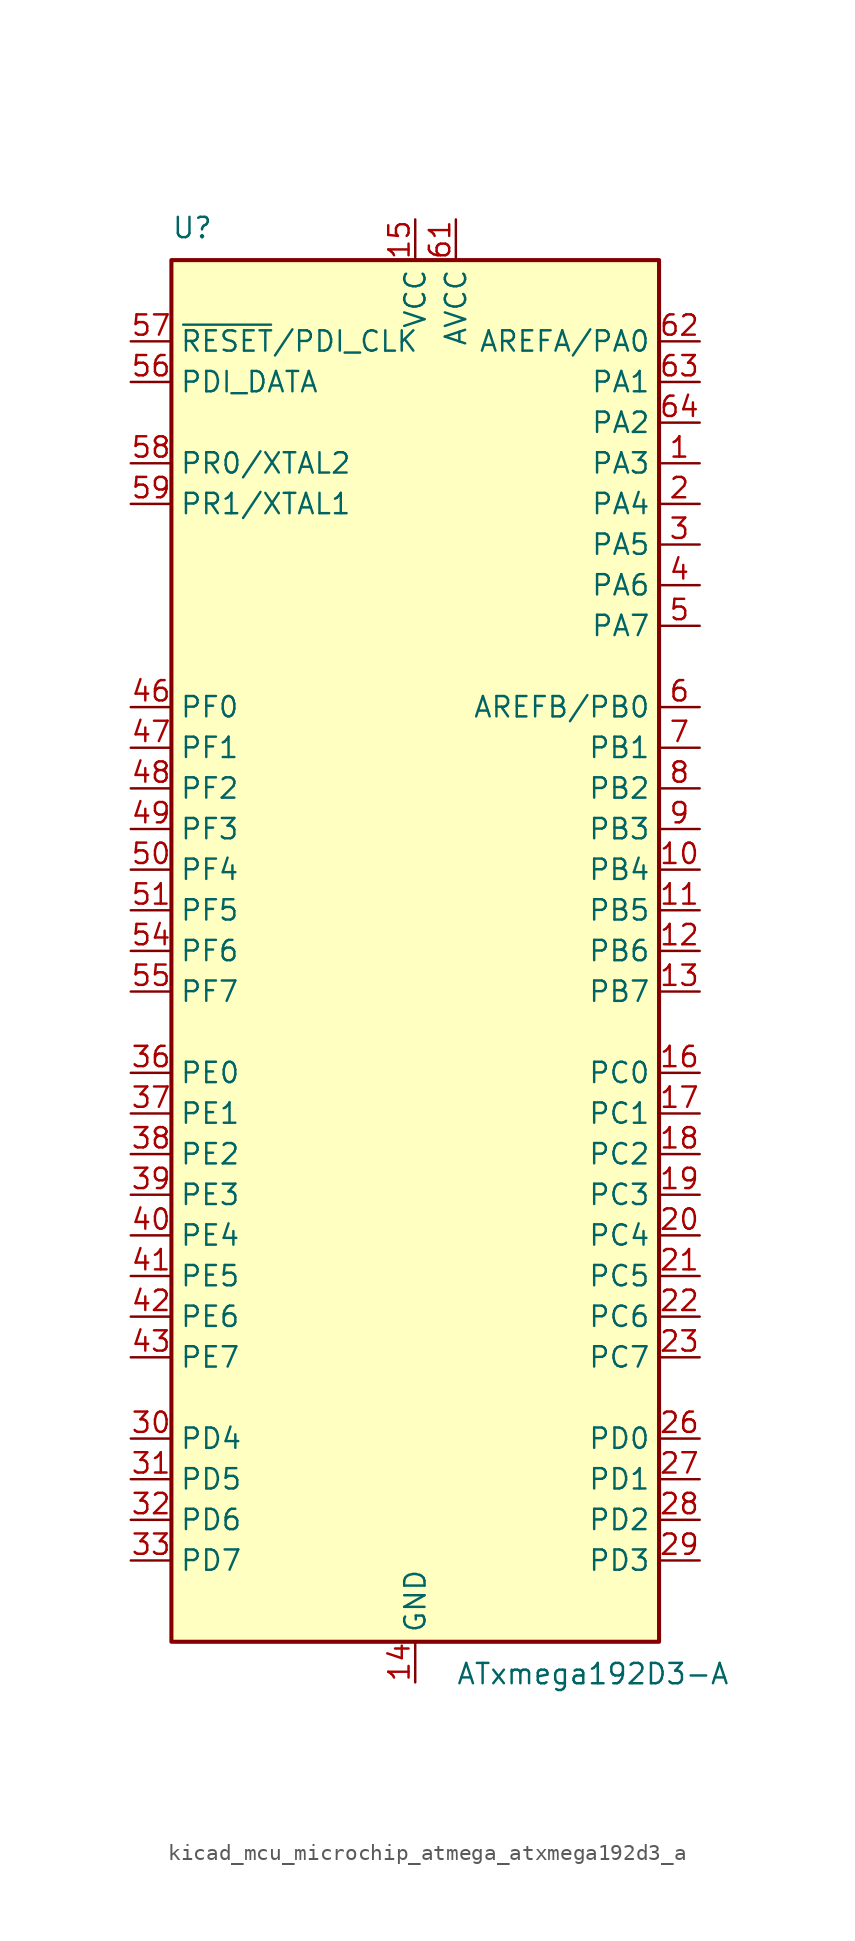
<source format=kicad_sym>
(kicad_symbol_lib
  (version 20220914)
  (generator kicad_symbol_editor)
  (symbol "kicad_mcu_microchip_atmega_atxmega192d3_a"
    (property "Reference" "U"
      (at -15.24 44.45 0)
      (effects (font (size 1.27 1.27)) (justify left bottom)))
    (property "Value" "ATxmega192D3-A"
      (at 2.54 -44.45 0)
      (effects (font (size 1.27 1.27)) (justify left top)))
    (symbol "kicad_mcu_microchip_atmega_atxmega192d3_a_0_1"
      (rectangle (start -15.24 -43.18) (end 15.24 43.18) (stroke (width 0.254) (type default)) (fill (type background))))
    (symbol "kicad_mcu_microchip_atmega_atxmega192d3_a_1_1"
      (pin bidirectional line (at 17.78 30.48 180) (length 2.54) (name "PA3" (effects (font (size 1.27 1.27)))) (number "1" (effects (font (size 1.27 1.27)))))
      (pin bidirectional line (at 17.78 5.08 180) (length 2.54) (name "PB4" (effects (font (size 1.27 1.27)))) (number "10" (effects (font (size 1.27 1.27)))))
      (pin bidirectional line (at 17.78 2.54 180) (length 2.54) (name "PB5" (effects (font (size 1.27 1.27)))) (number "11" (effects (font (size 1.27 1.27)))))
      (pin bidirectional line (at 17.78 0 180) (length 2.54) (name "PB6" (effects (font (size 1.27 1.27)))) (number "12" (effects (font (size 1.27 1.27)))))
      (pin bidirectional line (at 17.78 -2.54 180) (length 2.54) (name "PB7" (effects (font (size 1.27 1.27)))) (number "13" (effects (font (size 1.27 1.27)))))
      (pin power_in line (at 0 -45.72 90) (length 2.54) (name "GND" (effects (font (size 1.27 1.27)))) (number "14" (effects (font (size 1.27 1.27)))))
      (pin power_in line (at 0 45.72 270) (length 2.54) (name "VCC" (effects (font (size 1.27 1.27)))) (number "15" (effects (font (size 1.27 1.27)))))
      (pin bidirectional line (at 17.78 -7.62 180) (length 2.54) (name "PC0" (effects (font (size 1.27 1.27)))) (number "16" (effects (font (size 1.27 1.27)))))
      (pin bidirectional line (at 17.78 -10.16 180) (length 2.54) (name "PC1" (effects (font (size 1.27 1.27)))) (number "17" (effects (font (size 1.27 1.27)))))
      (pin bidirectional line (at 17.78 -12.7 180) (length 2.54) (name "PC2" (effects (font (size 1.27 1.27)))) (number "18" (effects (font (size 1.27 1.27)))))
      (pin bidirectional line (at 17.78 -15.24 180) (length 2.54) (name "PC3" (effects (font (size 1.27 1.27)))) (number "19" (effects (font (size 1.27 1.27)))))
      (pin bidirectional line (at 17.78 27.94 180) (length 2.54) (name "PA4" (effects (font (size 1.27 1.27)))) (number "2" (effects (font (size 1.27 1.27)))))
      (pin bidirectional line (at 17.78 -17.78 180) (length 2.54) (name "PC4" (effects (font (size 1.27 1.27)))) (number "20" (effects (font (size 1.27 1.27)))))
      (pin bidirectional line (at 17.78 -20.32 180) (length 2.54) (name "PC5" (effects (font (size 1.27 1.27)))) (number "21" (effects (font (size 1.27 1.27)))))
      (pin bidirectional line (at 17.78 -22.86 180) (length 2.54) (name "PC6" (effects (font (size 1.27 1.27)))) (number "22" (effects (font (size 1.27 1.27)))))
      (pin bidirectional line (at 17.78 -25.4 180) (length 2.54) (name "PC7" (effects (font (size 1.27 1.27)))) (number "23" (effects (font (size 1.27 1.27)))))
      (pin passive line (at 0 -45.72 90) (length 2.54) hide (name "GND" (effects (font (size 1.27 1.27)))) (number "24" (effects (font (size 1.27 1.27)))))
      (pin passive line (at 0 45.72 270) (length 2.54) hide (name "VCC" (effects (font (size 1.27 1.27)))) (number "25" (effects (font (size 1.27 1.27)))))
      (pin bidirectional line (at 17.78 -30.48 180) (length 2.54) (name "PD0" (effects (font (size 1.27 1.27)))) (number "26" (effects (font (size 1.27 1.27)))))
      (pin bidirectional line (at 17.78 -33.02 180) (length 2.54) (name "PD1" (effects (font (size 1.27 1.27)))) (number "27" (effects (font (size 1.27 1.27)))))
      (pin bidirectional line (at 17.78 -35.56 180) (length 2.54) (name "PD2" (effects (font (size 1.27 1.27)))) (number "28" (effects (font (size 1.27 1.27)))))
      (pin bidirectional line (at 17.78 -38.1 180) (length 2.54) (name "PD3" (effects (font (size 1.27 1.27)))) (number "29" (effects (font (size 1.27 1.27)))))
      (pin bidirectional line (at 17.78 25.4 180) (length 2.54) (name "PA5" (effects (font (size 1.27 1.27)))) (number "3" (effects (font (size 1.27 1.27)))))
      (pin bidirectional line (at -17.78 -30.48 0) (length 2.54) (name "PD4" (effects (font (size 1.27 1.27)))) (number "30" (effects (font (size 1.27 1.27)))))
      (pin bidirectional line (at -17.78 -33.02 0) (length 2.54) (name "PD5" (effects (font (size 1.27 1.27)))) (number "31" (effects (font (size 1.27 1.27)))))
      (pin bidirectional line (at -17.78 -35.56 0) (length 2.54) (name "PD6" (effects (font (size 1.27 1.27)))) (number "32" (effects (font (size 1.27 1.27)))))
      (pin bidirectional line (at -17.78 -38.1 0) (length 2.54) (name "PD7" (effects (font (size 1.27 1.27)))) (number "33" (effects (font (size 1.27 1.27)))))
      (pin passive line (at 0 -45.72 90) (length 2.54) hide (name "GND" (effects (font (size 1.27 1.27)))) (number "34" (effects (font (size 1.27 1.27)))))
      (pin passive line (at 0 45.72 270) (length 2.54) hide (name "VCC" (effects (font (size 1.27 1.27)))) (number "35" (effects (font (size 1.27 1.27)))))
      (pin bidirectional line (at -17.78 -7.62 0) (length 2.54) (name "PE0" (effects (font (size 1.27 1.27)))) (number "36" (effects (font (size 1.27 1.27)))))
      (pin bidirectional line (at -17.78 -10.16 0) (length 2.54) (name "PE1" (effects (font (size 1.27 1.27)))) (number "37" (effects (font (size 1.27 1.27)))))
      (pin bidirectional line (at -17.78 -12.7 0) (length 2.54) (name "PE2" (effects (font (size 1.27 1.27)))) (number "38" (effects (font (size 1.27 1.27)))))
      (pin bidirectional line (at -17.78 -15.24 0) (length 2.54) (name "PE3" (effects (font (size 1.27 1.27)))) (number "39" (effects (font (size 1.27 1.27)))))
      (pin bidirectional line (at 17.78 22.86 180) (length 2.54) (name "PA6" (effects (font (size 1.27 1.27)))) (number "4" (effects (font (size 1.27 1.27)))))
      (pin bidirectional line (at -17.78 -17.78 0) (length 2.54) (name "PE4" (effects (font (size 1.27 1.27)))) (number "40" (effects (font (size 1.27 1.27)))))
      (pin bidirectional line (at -17.78 -20.32 0) (length 2.54) (name "PE5" (effects (font (size 1.27 1.27)))) (number "41" (effects (font (size 1.27 1.27)))))
      (pin bidirectional line (at -17.78 -22.86 0) (length 2.54) (name "PE6" (effects (font (size 1.27 1.27)))) (number "42" (effects (font (size 1.27 1.27)))))
      (pin bidirectional line (at -17.78 -25.4 0) (length 2.54) (name "PE7" (effects (font (size 1.27 1.27)))) (number "43" (effects (font (size 1.27 1.27)))))
      (pin passive line (at 0 -45.72 90) (length 2.54) hide (name "GND" (effects (font (size 1.27 1.27)))) (number "44" (effects (font (size 1.27 1.27)))))
      (pin passive line (at 0 45.72 270) (length 2.54) hide (name "VCC" (effects (font (size 1.27 1.27)))) (number "45" (effects (font (size 1.27 1.27)))))
      (pin bidirectional line (at -17.78 15.24 0) (length 2.54) (name "PF0" (effects (font (size 1.27 1.27)))) (number "46" (effects (font (size 1.27 1.27)))))
      (pin bidirectional line (at -17.78 12.7 0) (length 2.54) (name "PF1" (effects (font (size 1.27 1.27)))) (number "47" (effects (font (size 1.27 1.27)))))
      (pin bidirectional line (at -17.78 10.16 0) (length 2.54) (name "PF2" (effects (font (size 1.27 1.27)))) (number "48" (effects (font (size 1.27 1.27)))))
      (pin bidirectional line (at -17.78 7.62 0) (length 2.54) (name "PF3" (effects (font (size 1.27 1.27)))) (number "49" (effects (font (size 1.27 1.27)))))
      (pin bidirectional line (at 17.78 20.32 180) (length 2.54) (name "PA7" (effects (font (size 1.27 1.27)))) (number "5" (effects (font (size 1.27 1.27)))))
      (pin bidirectional line (at -17.78 5.08 0) (length 2.54) (name "PF4" (effects (font (size 1.27 1.27)))) (number "50" (effects (font (size 1.27 1.27)))))
      (pin bidirectional line (at -17.78 2.54 0) (length 2.54) (name "PF5" (effects (font (size 1.27 1.27)))) (number "51" (effects (font (size 1.27 1.27)))))
      (pin passive line (at 0 -45.72 90) (length 2.54) hide (name "GND" (effects (font (size 1.27 1.27)))) (number "52" (effects (font (size 1.27 1.27)))))
      (pin passive line (at 0 45.72 270) (length 2.54) hide (name "VCC" (effects (font (size 1.27 1.27)))) (number "53" (effects (font (size 1.27 1.27)))))
      (pin bidirectional line (at -17.78 0 0) (length 2.54) (name "PF6" (effects (font (size 1.27 1.27)))) (number "54" (effects (font (size 1.27 1.27)))))
      (pin bidirectional line (at -17.78 -2.54 0) (length 2.54) (name "PF7" (effects (font (size 1.27 1.27)))) (number "55" (effects (font (size 1.27 1.27)))))
      (pin bidirectional line (at -17.78 35.56 0) (length 2.54) (name "PDI_DATA" (effects (font (size 1.27 1.27)))) (number "56" (effects (font (size 1.27 1.27)))))
      (pin input line (at -17.78 38.1 0) (length 2.54) (name "~{RESET}/PDI_CLK" (effects (font (size 1.27 1.27)))) (number "57" (effects (font (size 1.27 1.27)))))
      (pin bidirectional line (at -17.78 30.48 0) (length 2.54) (name "PR0/XTAL2" (effects (font (size 1.27 1.27)))) (number "58" (effects (font (size 1.27 1.27)))))
      (pin bidirectional line (at -17.78 27.94 0) (length 2.54) (name "PR1/XTAL1" (effects (font (size 1.27 1.27)))) (number "59" (effects (font (size 1.27 1.27)))))
      (pin bidirectional line (at 17.78 15.24 180) (length 2.54) (name "AREFB/PB0" (effects (font (size 1.27 1.27)))) (number "6" (effects (font (size 1.27 1.27)))))
      (pin passive line (at 0 -45.72 90) (length 2.54) hide (name "GND" (effects (font (size 1.27 1.27)))) (number "60" (effects (font (size 1.27 1.27)))))
      (pin power_in line (at 2.54 45.72 270) (length 2.54) (name "AVCC" (effects (font (size 1.27 1.27)))) (number "61" (effects (font (size 1.27 1.27)))))
      (pin bidirectional line (at 17.78 38.1 180) (length 2.54) (name "AREFA/PA0" (effects (font (size 1.27 1.27)))) (number "62" (effects (font (size 1.27 1.27)))))
      (pin bidirectional line (at 17.78 35.56 180) (length 2.54) (name "PA1" (effects (font (size 1.27 1.27)))) (number "63" (effects (font (size 1.27 1.27)))))
      (pin bidirectional line (at 17.78 33.02 180) (length 2.54) (name "PA2" (effects (font (size 1.27 1.27)))) (number "64" (effects (font (size 1.27 1.27)))))
      (pin bidirectional line (at 17.78 12.7 180) (length 2.54) (name "PB1" (effects (font (size 1.27 1.27)))) (number "7" (effects (font (size 1.27 1.27)))))
      (pin bidirectional line (at 17.78 10.16 180) (length 2.54) (name "PB2" (effects (font (size 1.27 1.27)))) (number "8" (effects (font (size 1.27 1.27)))))
      (pin bidirectional line (at 17.78 7.62 180) (length 2.54) (name "PB3" (effects (font (size 1.27 1.27)))) (number "9" (effects (font (size 1.27 1.27))))))))
</source>
